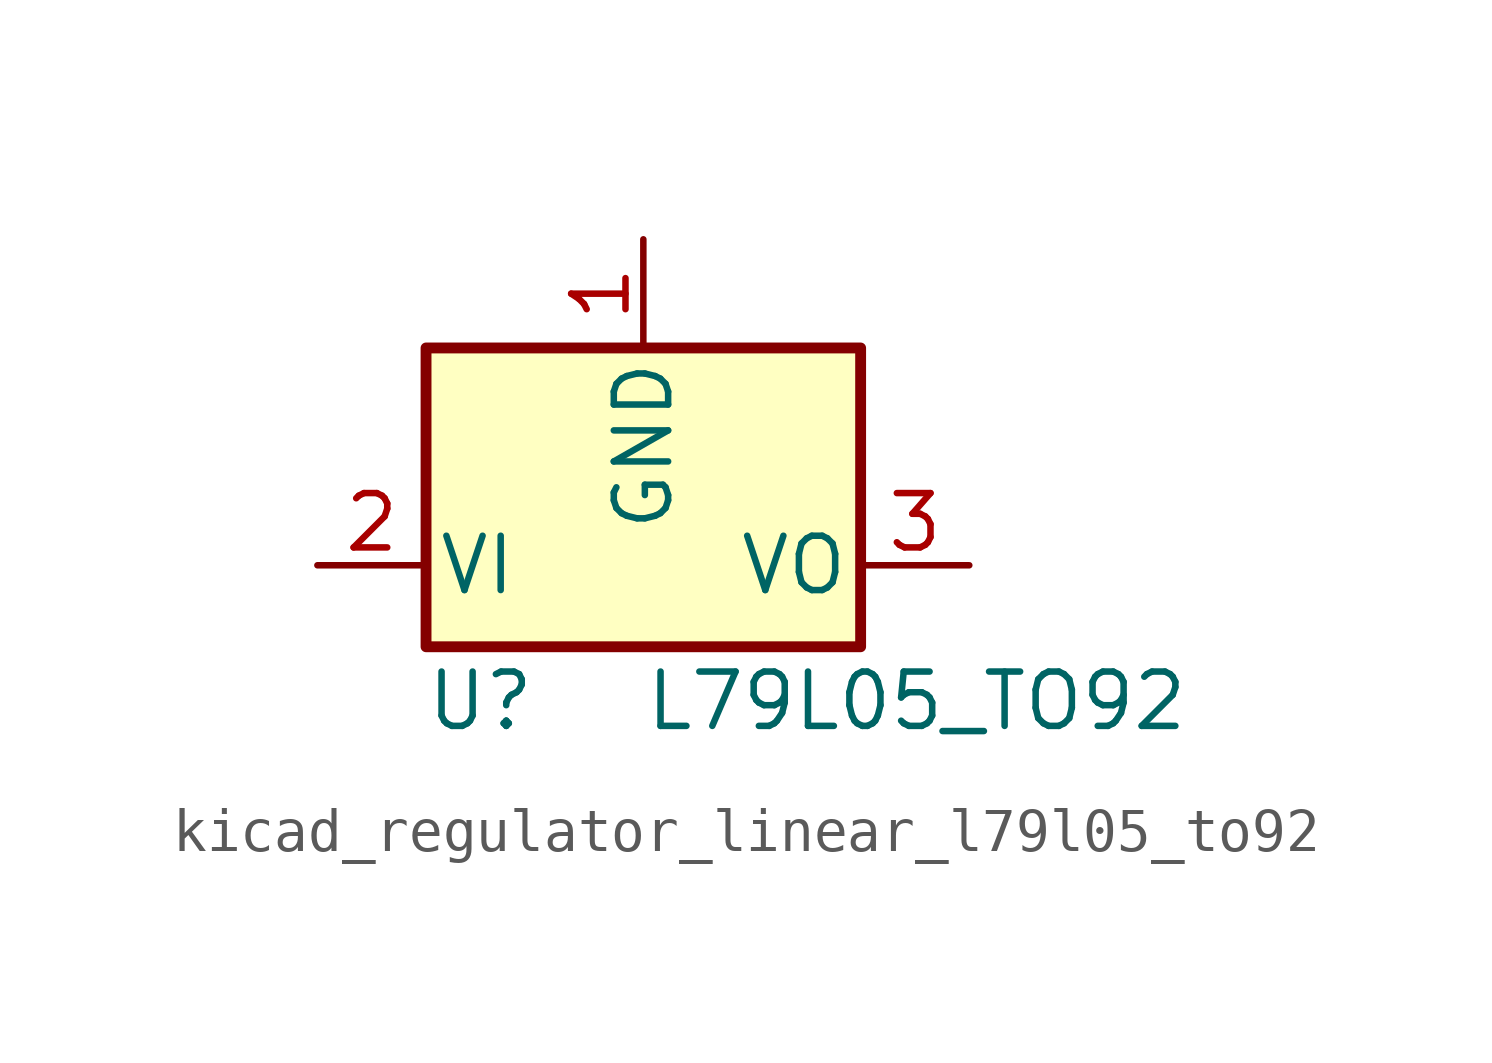
<source format=kicad_sym>
(kicad_symbol_lib
  (version 20220914)
  (generator kicad_symbol_editor)
  (symbol "kicad_regulator_linear_l79l05_to92"
    (pin_names
      (offset 0.254))
    (property "Reference" "U"
      (at -3.81 -3.175 0)
      (effects (font (size 1.27 1.27))))
    (property "Value" "L79L05_TO92"
      (at 0 -3.175 0)
      (effects (font (size 1.27 1.27)) (justify left)))
    (symbol "kicad_regulator_linear_l79l05_to92_0_1"
      (rectangle (start -5.08 5.08) (end 5.08 -1.905) (stroke (width 0.254) (type default)) (fill (type background))))
    (symbol "kicad_regulator_linear_l79l05_to92_1_1"
      (pin power_in line (at 0 7.62 270) (length 2.54) (name "GND" (effects (font (size 1.27 1.27)))) (number "1" (effects (font (size 1.27 1.27)))))
      (pin power_in line (at -7.62 0 0) (length 2.54) (name "VI" (effects (font (size 1.27 1.27)))) (number "2" (effects (font (size 1.27 1.27)))))
      (pin power_out line (at 7.62 0 180) (length 2.54) (name "VO" (effects (font (size 1.27 1.27)))) (number "3" (effects (font (size 1.27 1.27))))))))
</source>
